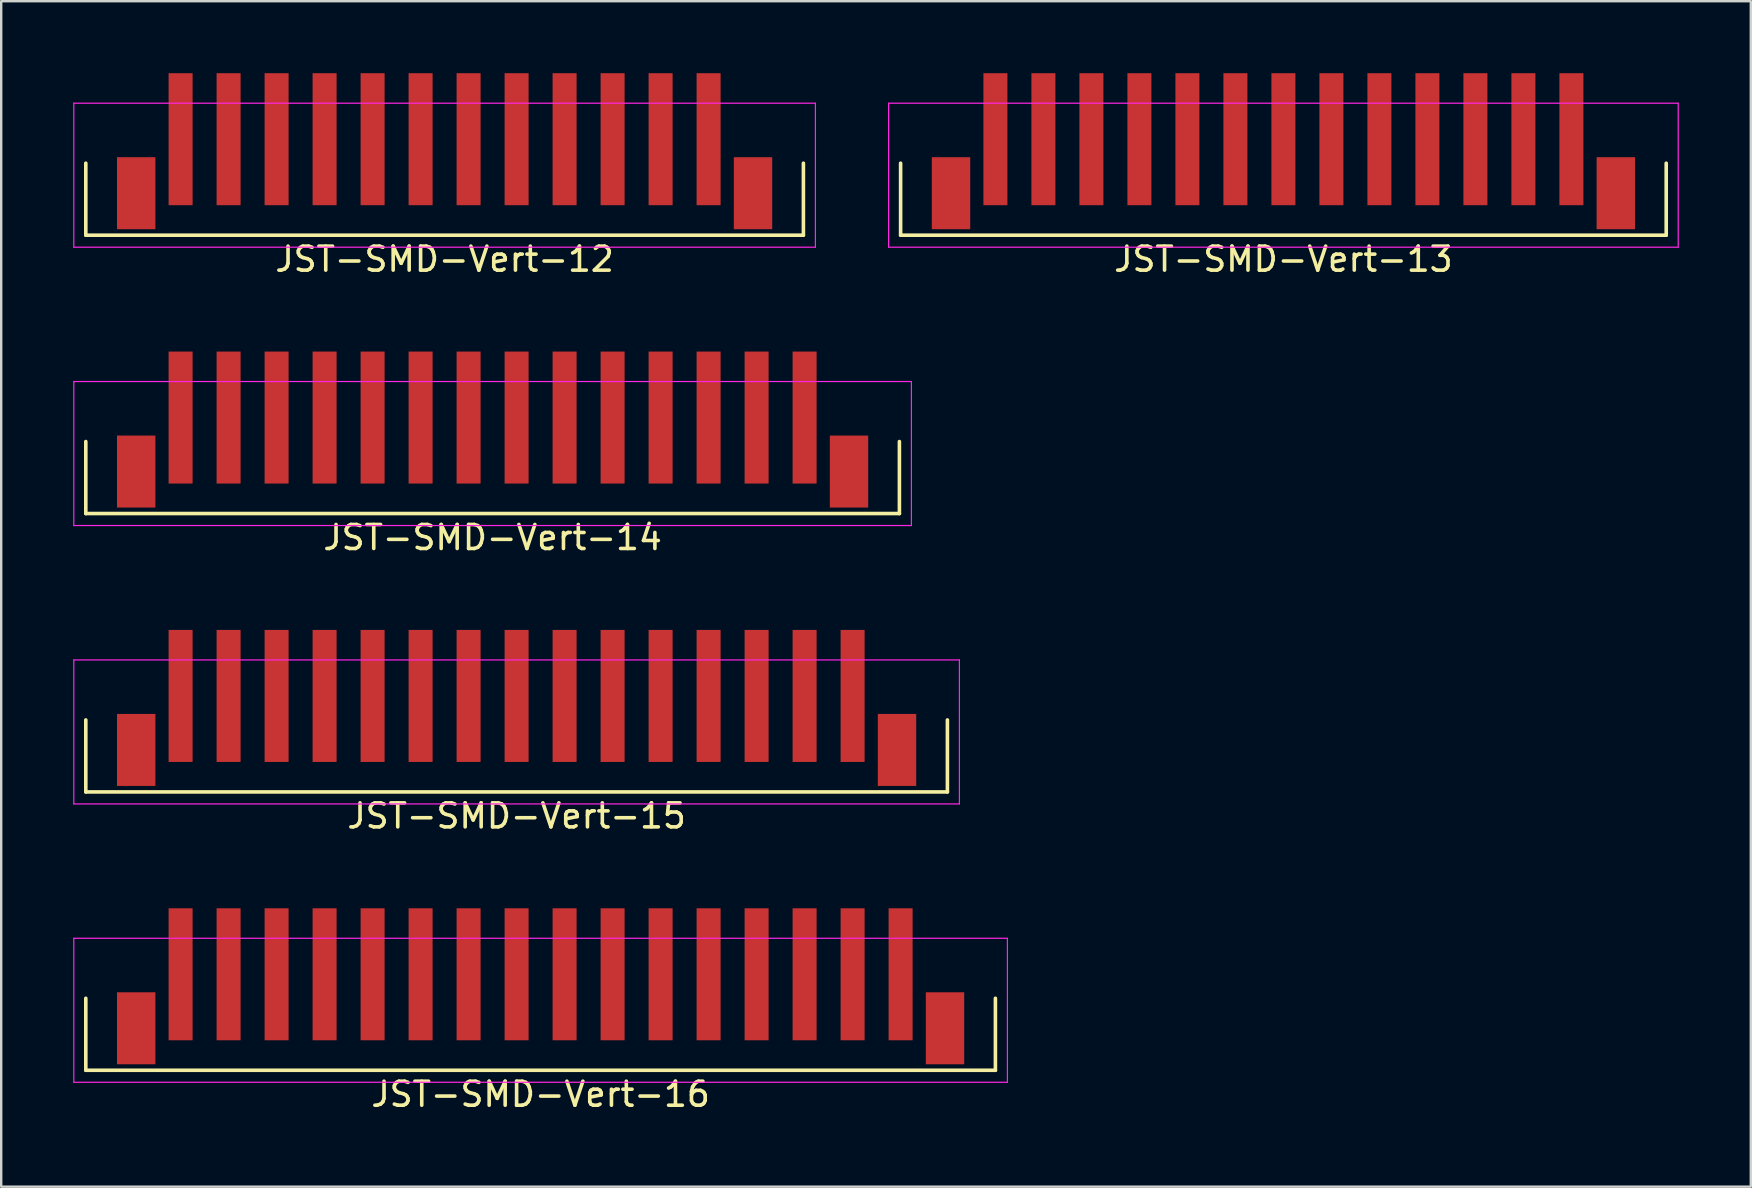
<source format=kicad_pcb>
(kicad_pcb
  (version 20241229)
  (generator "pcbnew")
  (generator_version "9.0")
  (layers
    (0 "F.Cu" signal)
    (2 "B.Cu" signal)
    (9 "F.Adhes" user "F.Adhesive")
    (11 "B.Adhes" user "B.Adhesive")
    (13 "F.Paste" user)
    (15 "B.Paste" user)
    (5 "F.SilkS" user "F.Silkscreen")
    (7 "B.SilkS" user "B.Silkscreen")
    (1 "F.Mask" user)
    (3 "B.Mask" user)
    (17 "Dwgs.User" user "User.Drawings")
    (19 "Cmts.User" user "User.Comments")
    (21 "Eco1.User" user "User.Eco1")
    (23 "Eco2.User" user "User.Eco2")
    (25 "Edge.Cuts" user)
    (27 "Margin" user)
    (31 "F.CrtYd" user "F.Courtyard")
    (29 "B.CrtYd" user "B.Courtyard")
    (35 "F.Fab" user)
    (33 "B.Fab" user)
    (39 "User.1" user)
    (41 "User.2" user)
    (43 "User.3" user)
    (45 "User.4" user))
  (footprint "JST-SMD-Vert-12"
    (layer "F.Cu")
    (at 15.475 2.75)
    (property "Reference" "JST-SMD-Vert-12" (at 0 5 0) (layer "F.SilkS") (effects (font (size 1 1) (thickness 0.15))))
    (attr through_hole)
    (fp_line (start -14.95 1) (end -14.95 4) (stroke (width 0.15) (type solid)) (layer "F.SilkS"))
    (fp_line (start -14.95 4) (end 14.95 4) (stroke (width 0.15) (type solid)) (layer "F.SilkS"))
    (fp_line (start 14.95 4) (end 14.95 1) (stroke (width 0.15) (type solid)) (layer "F.SilkS"))
    (fp_line (start -15.45 -1.5) (end -15.45 4.5) (stroke (width 0.05) (type solid)) (layer "F.CrtYd"))
    (fp_line (start -15.45 4.5) (end 15.45 4.5) (stroke (width 0.05) (type solid)) (layer "F.CrtYd"))
    (fp_line (start 15.45 -1.5) (end -15.45 -1.5) (stroke (width 0.05) (type solid)) (layer "F.CrtYd"))
    (fp_line (start 15.45 4.5) (end 15.45 -1.5) (stroke (width 0.05) (type solid)) (layer "F.CrtYd"))
    (pad "0" smd rect (at -12.85 2.25) (size 1.6 3) (layers "F.Cu" "F.Mask" "F.Paste"))
    (pad "0" smd rect (at 12.85 2.25) (size 1.6 3) (layers "F.Cu" "F.Mask" "F.Paste"))
    (pad "1" smd rect (at -11 0) (size 1 5.5) (layers "F.Cu" "F.Mask" "F.Paste"))
    (pad "2" smd rect (at -9 0) (size 1 5.5) (layers "F.Cu" "F.Mask" "F.Paste"))
    (pad "3" smd rect (at -7 0) (size 1 5.5) (layers "F.Cu" "F.Mask" "F.Paste"))
    (pad "4" smd rect (at -5 0) (size 1 5.5) (layers "F.Cu" "F.Mask" "F.Paste"))
    (pad "5" smd rect (at -3 0) (size 1 5.5) (layers "F.Cu" "F.Mask" "F.Paste"))
    (pad "6" smd rect (at -1 0) (size 1 5.5) (layers "F.Cu" "F.Mask" "F.Paste"))
    (pad "7" smd rect (at 1 0) (size 1 5.5) (layers "F.Cu" "F.Mask" "F.Paste"))
    (pad "8" smd rect (at 3 0) (size 1 5.5) (layers "F.Cu" "F.Mask" "F.Paste"))
    (pad "9" smd rect (at 5 0) (size 1 5.5) (layers "F.Cu" "F.Mask" "F.Paste"))
    (pad "10" smd rect (at 7 0) (size 1 5.5) (layers "F.Cu" "F.Mask" "F.Paste"))
    (pad "11" smd rect (at 9 0) (size 1 5.5) (layers "F.Cu" "F.Mask" "F.Paste"))
    (pad "12" smd rect (at 11 0) (size 1 5.5) (layers "F.Cu" "F.Mask" "F.Paste")))
  (footprint "JST-SMD-Vert-15"
    (layer "F.Cu")
    (at 18.475 25.947)
    (property "Reference" "JST-SMD-Vert-15" (at 0 5 0) (layer "F.SilkS") (effects (font (size 1 1) (thickness 0.15))))
    (attr through_hole)
    (fp_line (start -17.95 1) (end -17.95 4) (stroke (width 0.15) (type solid)) (layer "F.SilkS"))
    (fp_line (start -17.95 4) (end 17.95 4) (stroke (width 0.15) (type solid)) (layer "F.SilkS"))
    (fp_line (start 17.95 4) (end 17.95 1) (stroke (width 0.15) (type solid)) (layer "F.SilkS"))
    (fp_line (start -18.45 -1.5) (end -18.45 4.5) (stroke (width 0.05) (type solid)) (layer "F.CrtYd"))
    (fp_line (start -18.45 4.5) (end 18.45 4.5) (stroke (width 0.05) (type solid)) (layer "F.CrtYd"))
    (fp_line (start 18.45 -1.5) (end -18.45 -1.5) (stroke (width 0.05) (type solid)) (layer "F.CrtYd"))
    (fp_line (start 18.45 4.5) (end 18.45 -1.5) (stroke (width 0.05) (type solid)) (layer "F.CrtYd"))
    (pad "0" smd rect (at -15.85 2.25) (size 1.6 3) (layers "F.Cu" "F.Mask" "F.Paste"))
    (pad "0" smd rect (at 15.85 2.25) (size 1.6 3) (layers "F.Cu" "F.Mask" "F.Paste"))
    (pad "1" smd rect (at -14 0) (size 1 5.5) (layers "F.Cu" "F.Mask" "F.Paste"))
    (pad "2" smd rect (at -12 0) (size 1 5.5) (layers "F.Cu" "F.Mask" "F.Paste"))
    (pad "3" smd rect (at -10 0) (size 1 5.5) (layers "F.Cu" "F.Mask" "F.Paste"))
    (pad "4" smd rect (at -8 0) (size 1 5.5) (layers "F.Cu" "F.Mask" "F.Paste"))
    (pad "5" smd rect (at -6 0) (size 1 5.5) (layers "F.Cu" "F.Mask" "F.Paste"))
    (pad "6" smd rect (at -4 0) (size 1 5.5) (layers "F.Cu" "F.Mask" "F.Paste"))
    (pad "7" smd rect (at -2 0) (size 1 5.5) (layers "F.Cu" "F.Mask" "F.Paste"))
    (pad "8" smd rect (at 0 0) (size 1 5.5) (layers "F.Cu" "F.Mask" "F.Paste"))
    (pad "9" smd rect (at 2 0) (size 1 5.5) (layers "F.Cu" "F.Mask" "F.Paste"))
    (pad "10" smd rect (at 4 0) (size 1 5.5) (layers "F.Cu" "F.Mask" "F.Paste"))
    (pad "11" smd rect (at 6 0) (size 1 5.5) (layers "F.Cu" "F.Mask" "F.Paste"))
    (pad "12" smd rect (at 8 0) (size 1 5.5) (layers "F.Cu" "F.Mask" "F.Paste"))
    (pad "13" smd rect (at 10 0) (size 1 5.5) (layers "F.Cu" "F.Mask" "F.Paste"))
    (pad "14" smd rect (at 12 0) (size 1 5.5) (layers "F.Cu" "F.Mask" "F.Paste"))
    (pad "15" smd rect (at 14 0) (size 1 5.5) (layers "F.Cu" "F.Mask" "F.Paste")))
  (footprint "JST-SMD-Vert-16"
    (layer "F.Cu")
    (at 19.475 37.545)
    (property "Reference" "JST-SMD-Vert-16" (at 0 5 0) (layer "F.SilkS") (effects (font (size 1 1) (thickness 0.15))))
    (attr through_hole)
    (fp_line (start -18.95 1) (end -18.95 4) (stroke (width 0.15) (type solid)) (layer "F.SilkS"))
    (fp_line (start -18.95 4) (end 18.95 4) (stroke (width 0.15) (type solid)) (layer "F.SilkS"))
    (fp_line (start 18.95 4) (end 18.95 1) (stroke (width 0.15) (type solid)) (layer "F.SilkS"))
    (fp_line (start -19.45 -1.5) (end -19.45 4.5) (stroke (width 0.05) (type solid)) (layer "F.CrtYd"))
    (fp_line (start -19.45 4.5) (end 19.45 4.5) (stroke (width 0.05) (type solid)) (layer "F.CrtYd"))
    (fp_line (start 19.45 -1.5) (end -19.45 -1.5) (stroke (width 0.05) (type solid)) (layer "F.CrtYd"))
    (fp_line (start 19.45 4.5) (end 19.45 -1.5) (stroke (width 0.05) (type solid)) (layer "F.CrtYd"))
    (pad "0" smd rect (at -16.85 2.25) (size 1.6 3) (layers "F.Cu" "F.Mask" "F.Paste"))
    (pad "0" smd rect (at 16.85 2.25) (size 1.6 3) (layers "F.Cu" "F.Mask" "F.Paste"))
    (pad "1" smd rect (at -15 0) (size 1 5.5) (layers "F.Cu" "F.Mask" "F.Paste"))
    (pad "2" smd rect (at -13 0) (size 1 5.5) (layers "F.Cu" "F.Mask" "F.Paste"))
    (pad "3" smd rect (at -11 0) (size 1 5.5) (layers "F.Cu" "F.Mask" "F.Paste"))
    (pad "4" smd rect (at -9 0) (size 1 5.5) (layers "F.Cu" "F.Mask" "F.Paste"))
    (pad "5" smd rect (at -7 0) (size 1 5.5) (layers "F.Cu" "F.Mask" "F.Paste"))
    (pad "6" smd rect (at -5 0) (size 1 5.5) (layers "F.Cu" "F.Mask" "F.Paste"))
    (pad "7" smd rect (at -3 0) (size 1 5.5) (layers "F.Cu" "F.Mask" "F.Paste"))
    (pad "8" smd rect (at -1 0) (size 1 5.5) (layers "F.Cu" "F.Mask" "F.Paste"))
    (pad "9" smd rect (at 1 0) (size 1 5.5) (layers "F.Cu" "F.Mask" "F.Paste"))
    (pad "10" smd rect (at 3 0) (size 1 5.5) (layers "F.Cu" "F.Mask" "F.Paste"))
    (pad "11" smd rect (at 5 0) (size 1 5.5) (layers "F.Cu" "F.Mask" "F.Paste"))
    (pad "12" smd rect (at 7 0) (size 1 5.5) (layers "F.Cu" "F.Mask" "F.Paste"))
    (pad "13" smd rect (at 9 0) (size 1 5.5) (layers "F.Cu" "F.Mask" "F.Paste"))
    (pad "14" smd rect (at 11 0) (size 1 5.5) (layers "F.Cu" "F.Mask" "F.Paste"))
    (pad "15" smd rect (at 13 0) (size 1 5.5) (layers "F.Cu" "F.Mask" "F.Paste"))
    (pad "16" smd rect (at 15 0) (size 1 5.5) (layers "F.Cu" "F.Mask" "F.Paste")))
  (footprint "JST-SMD-Vert-14"
    (layer "F.Cu")
    (at 17.475 14.348)
    (property "Reference" "JST-SMD-Vert-14" (at 0 5 0) (layer "F.SilkS") (effects (font (size 1 1) (thickness 0.15))))
    (attr through_hole)
    (fp_line (start -16.95 1) (end -16.95 4) (stroke (width 0.15) (type solid)) (layer "F.SilkS"))
    (fp_line (start -16.95 4) (end 16.95 4) (stroke (width 0.15) (type solid)) (layer "F.SilkS"))
    (fp_line (start 16.95 4) (end 16.95 1) (stroke (width 0.15) (type solid)) (layer "F.SilkS"))
    (fp_line (start -17.45 -1.5) (end -17.45 4.5) (stroke (width 0.05) (type solid)) (layer "F.CrtYd"))
    (fp_line (start -17.45 4.5) (end 17.45 4.5) (stroke (width 0.05) (type solid)) (layer "F.CrtYd"))
    (fp_line (start 17.45 -1.5) (end -17.45 -1.5) (stroke (width 0.05) (type solid)) (layer "F.CrtYd"))
    (fp_line (start 17.45 4.5) (end 17.45 -1.5) (stroke (width 0.05) (type solid)) (layer "F.CrtYd"))
    (pad "0" smd rect (at -14.85 2.25) (size 1.6 3) (layers "F.Cu" "F.Mask" "F.Paste"))
    (pad "0" smd rect (at 14.85 2.25) (size 1.6 3) (layers "F.Cu" "F.Mask" "F.Paste"))
    (pad "1" smd rect (at -13 0) (size 1 5.5) (layers "F.Cu" "F.Mask" "F.Paste"))
    (pad "2" smd rect (at -11 0) (size 1 5.5) (layers "F.Cu" "F.Mask" "F.Paste"))
    (pad "3" smd rect (at -9 0) (size 1 5.5) (layers "F.Cu" "F.Mask" "F.Paste"))
    (pad "4" smd rect (at -7 0) (size 1 5.5) (layers "F.Cu" "F.Mask" "F.Paste"))
    (pad "5" smd rect (at -5 0) (size 1 5.5) (layers "F.Cu" "F.Mask" "F.Paste"))
    (pad "6" smd rect (at -3 0) (size 1 5.5) (layers "F.Cu" "F.Mask" "F.Paste"))
    (pad "7" smd rect (at -1 0) (size 1 5.5) (layers "F.Cu" "F.Mask" "F.Paste"))
    (pad "8" smd rect (at 1 0) (size 1 5.5) (layers "F.Cu" "F.Mask" "F.Paste"))
    (pad "9" smd rect (at 3 0) (size 1 5.5) (layers "F.Cu" "F.Mask" "F.Paste"))
    (pad "10" smd rect (at 5 0) (size 1 5.5) (layers "F.Cu" "F.Mask" "F.Paste"))
    (pad "11" smd rect (at 7 0) (size 1 5.5) (layers "F.Cu" "F.Mask" "F.Paste"))
    (pad "12" smd rect (at 9 0) (size 1 5.5) (layers "F.Cu" "F.Mask" "F.Paste"))
    (pad "13" smd rect (at 11 0) (size 1 5.5) (layers "F.Cu" "F.Mask" "F.Paste"))
    (pad "14" smd rect (at 13 0) (size 1 5.5) (layers "F.Cu" "F.Mask" "F.Paste")))
  (footprint "JST-SMD-Vert-13"
    (layer "F.Cu")
    (at 50.425 2.75)
    (property "Reference" "JST-SMD-Vert-13" (at 0 5 0) (layer "F.SilkS") (effects (font (size 1 1) (thickness 0.15))))
    (attr through_hole)
    (fp_line (start -15.95 1) (end -15.95 4) (stroke (width 0.15) (type solid)) (layer "F.SilkS"))
    (fp_line (start -15.95 4) (end 15.95 4) (stroke (width 0.15) (type solid)) (layer "F.SilkS"))
    (fp_line (start 15.95 4) (end 15.95 1) (stroke (width 0.15) (type solid)) (layer "F.SilkS"))
    (fp_line (start -16.45 -1.5) (end -16.45 4.5) (stroke (width 0.05) (type solid)) (layer "F.CrtYd"))
    (fp_line (start -16.45 4.5) (end 16.45 4.5) (stroke (width 0.05) (type solid)) (layer "F.CrtYd"))
    (fp_line (start 16.45 -1.5) (end -16.45 -1.5) (stroke (width 0.05) (type solid)) (layer "F.CrtYd"))
    (fp_line (start 16.45 4.5) (end 16.45 -1.5) (stroke (width 0.05) (type solid)) (layer "F.CrtYd"))
    (pad "0" smd rect (at -13.85 2.25) (size 1.6 3) (layers "F.Cu" "F.Mask" "F.Paste"))
    (pad "0" smd rect (at 13.85 2.25) (size 1.6 3) (layers "F.Cu" "F.Mask" "F.Paste"))
    (pad "1" smd rect (at -12 0) (size 1 5.5) (layers "F.Cu" "F.Mask" "F.Paste"))
    (pad "2" smd rect (at -10 0) (size 1 5.5) (layers "F.Cu" "F.Mask" "F.Paste"))
    (pad "3" smd rect (at -8 0) (size 1 5.5) (layers "F.Cu" "F.Mask" "F.Paste"))
    (pad "4" smd rect (at -6 0) (size 1 5.5) (layers "F.Cu" "F.Mask" "F.Paste"))
    (pad "5" smd rect (at -4 0) (size 1 5.5) (layers "F.Cu" "F.Mask" "F.Paste"))
    (pad "6" smd rect (at -2 0) (size 1 5.5) (layers "F.Cu" "F.Mask" "F.Paste"))
    (pad "7" smd rect (at 0 0) (size 1 5.5) (layers "F.Cu" "F.Mask" "F.Paste"))
    (pad "8" smd rect (at 2 0) (size 1 5.5) (layers "F.Cu" "F.Mask" "F.Paste"))
    (pad "9" smd rect (at 4 0) (size 1 5.5) (layers "F.Cu" "F.Mask" "F.Paste"))
    (pad "10" smd rect (at 6 0) (size 1 5.5) (layers "F.Cu" "F.Mask" "F.Paste"))
    (pad "11" smd rect (at 8 0) (size 1 5.5) (layers "F.Cu" "F.Mask" "F.Paste"))
    (pad "12" smd rect (at 10 0) (size 1 5.5) (layers "F.Cu" "F.Mask" "F.Paste"))
    (pad "13" smd rect (at 12 0) (size 1 5.5) (layers "F.Cu" "F.Mask" "F.Paste")))
  (gr_rect
    (start -3 -3)
    (end 69.9 46.393)
    (stroke (width 0.1) (type default))
    (fill no)
    (layer "Edge.Cuts")))
</source>
